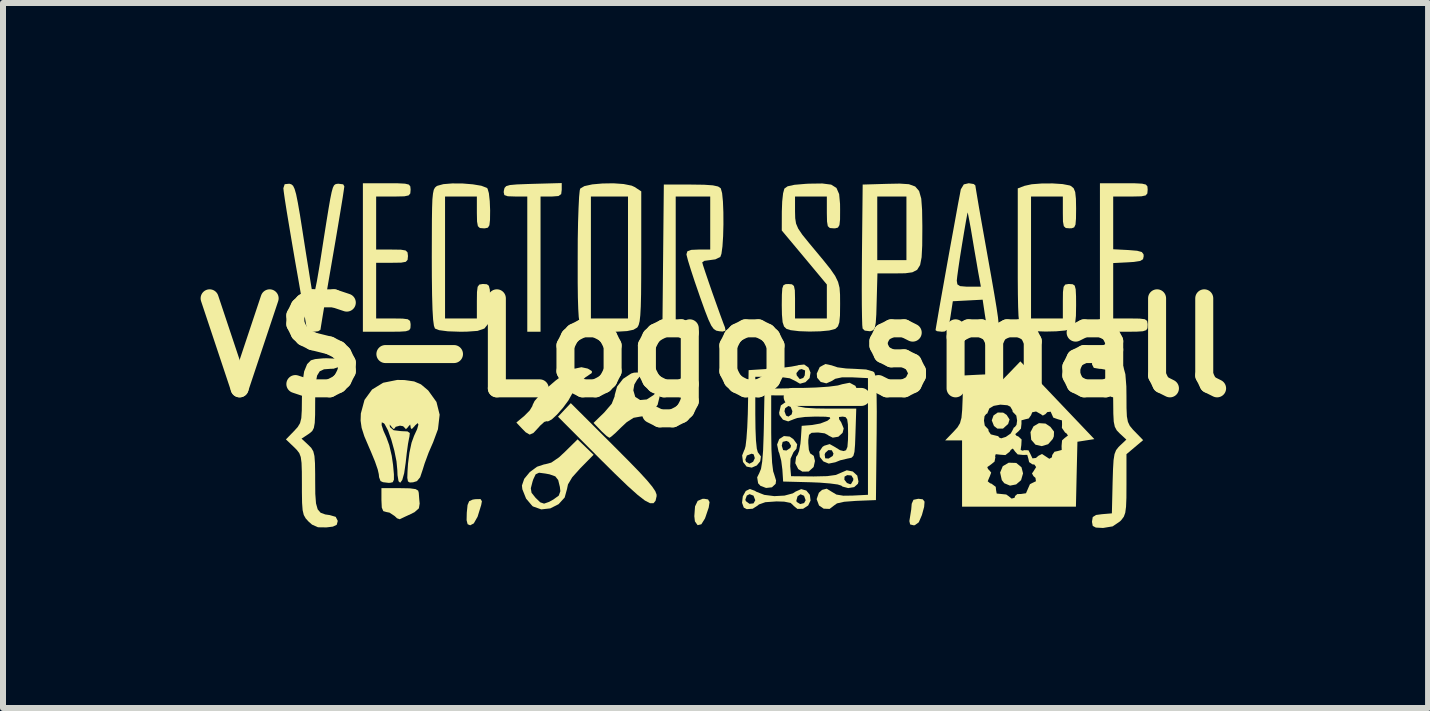
<source format=kicad_pcb>
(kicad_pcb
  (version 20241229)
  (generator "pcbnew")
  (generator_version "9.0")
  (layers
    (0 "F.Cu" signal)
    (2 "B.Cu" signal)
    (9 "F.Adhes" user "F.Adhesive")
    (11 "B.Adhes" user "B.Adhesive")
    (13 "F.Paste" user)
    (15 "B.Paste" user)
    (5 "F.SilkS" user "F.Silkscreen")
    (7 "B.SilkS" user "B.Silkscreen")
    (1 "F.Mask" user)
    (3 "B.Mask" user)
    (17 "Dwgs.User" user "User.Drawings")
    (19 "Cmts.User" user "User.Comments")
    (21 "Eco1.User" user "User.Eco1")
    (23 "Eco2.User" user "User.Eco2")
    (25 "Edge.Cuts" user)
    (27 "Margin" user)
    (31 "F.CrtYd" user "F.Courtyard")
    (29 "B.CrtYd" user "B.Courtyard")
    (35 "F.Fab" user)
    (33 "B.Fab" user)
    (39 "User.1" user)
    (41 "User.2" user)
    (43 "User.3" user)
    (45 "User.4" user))
  (footprint "VS-Logo_small"
    (layer "F.Cu")
    (at 8.871 2.742)
    (property "Reference" "VS-Logo_small" (at 0 0 0) (layer "F.SilkS") (effects (font (size 1.5 1.5) (thickness 0.3))))
    (attr board_only exclude_from_pos_files exclude_from_bom)
    (fp_poly (pts (xy 4.793 1.083) (xy 4.851 1.121) (xy 4.899 1.197) (xy 4.876 1.271) (xy 4.79 1.349) (xy 4.696 1.349) (xy 4.64 1.306) (xy 4.603 1.212) (xy 4.632 1.13) (xy 4.702 1.081)) (stroke (width 0) (type solid)) (fill yes) (layer "F.SilkS"))
    (fp_poly (pts (xy 5.011 1.921) (xy 5.098 1.993) (xy 5.124 2.095) (xy 5.091 2.208) (xy 5.009 2.279) (xy 4.907 2.299) (xy 4.811 2.259) (xy 4.77 2.207) (xy 4.742 2.081) (xy 4.786 1.975) (xy 4.885 1.917)) (stroke (width 0) (type solid)) (fill yes) (layer "F.SilkS"))
    (fp_poly (pts (xy -3.892 2.559) (xy -3.904 2.623) (xy -3.964 2.817) (xy -4.027 2.928) (xy -4.087 2.96) (xy -4.13 2.942) (xy -4.147 2.875) (xy -4.144 2.75) (xy -4.131 2.622) (xy -4.104 2.558) (xy -4.046 2.532) (xy -4.003 2.525) (xy -3.915 2.523)) (stroke (width 0) (type solid)) (fill yes) (layer "F.SilkS"))
    (fp_poly (pts (xy -0.124 2.529) (xy -0.099 2.573) (xy -0.113 2.664) (xy -0.165 2.817) (xy -0.176 2.847) (xy -0.236 2.943) (xy -0.298 2.958) (xy -0.343 2.895) (xy -0.353 2.809) (xy -0.341 2.645) (xy -0.297 2.553) (xy -0.216 2.519) (xy -0.189 2.518)) (stroke (width 0) (type solid)) (fill yes) (layer "F.SilkS"))
    (fp_poly (pts (xy 5.498 1.265) (xy 5.579 1.319) (xy 5.64 1.399) (xy 5.637 1.478) (xy 5.619 1.522) (xy 5.542 1.609) (xy 5.435 1.641) (xy 5.331 1.617) (xy 5.261 1.536) (xy 5.26 1.535) (xy 5.248 1.408) (xy 5.298 1.311) (xy 5.389 1.258)) (stroke (width 0) (type solid)) (fill yes) (layer "F.SilkS"))
    (fp_poly (pts (xy 3.453 2.527) (xy 3.483 2.566) (xy 3.476 2.653) (xy 3.439 2.789) (xy 3.387 2.91) (xy 3.321 2.958) (xy 3.301 2.96) (xy 3.243 2.946) (xy 3.23 2.89) (xy 3.241 2.822) (xy 3.261 2.696) (xy 3.269 2.601) (xy 3.298 2.535) (xy 3.379 2.518)) (stroke (width 0) (type solid)) (fill yes) (layer "F.SilkS"))
    (fp_poly (pts (xy -1.69 1.644) (xy -1.452 1.883) (xy -1.271 2.069) (xy -1.141 2.211) (xy -1.054 2.316) (xy -1.003 2.392) (xy -0.982 2.447) (xy -0.981 2.474) (xy -0.999 2.552) (xy -1.033 2.592) (xy -1.09 2.592) (xy -1.177 2.547) (xy -1.299 2.452) (xy -1.464 2.304) (xy -1.677 2.099) (xy -1.898 1.88) (xy -2.624 1.151) (xy -2.518 1.038) (xy -2.411 0.925)) (stroke (width 0) (type solid)) (fill yes) (layer "F.SilkS"))
    (fp_poly (pts (xy -5.092 2.344) (xy -4.997 2.357) (xy -4.954 2.382) (xy -4.944 2.419) (xy -4.936 2.526) (xy -4.929 2.598) (xy -4.942 2.677) (xy -5.014 2.741) (xy -5.076 2.772) (xy -5.184 2.822) (xy -5.253 2.855) (xy -5.261 2.859) (xy -5.307 2.843) (xy -5.344 2.807) (xy -5.431 2.749) (xy -5.483 2.739) (xy -5.535 2.724) (xy -5.56 2.665) (xy -5.566 2.54) (xy -5.566 2.341) (xy -5.257 2.341)) (stroke (width 0) (type solid)) (fill yes) (layer "F.SilkS"))
    (fp_poly (pts (xy -2.562 -2.63) (xy -2.571 -2.558) (xy -2.616 -2.526) (xy -2.721 -2.518) (xy -2.739 -2.518) (xy -2.915 -2.518) (xy -2.915 -1.391) (xy -2.915 -0.265) (xy -3.026 -0.265) (xy -3.136 -0.265) (xy -3.136 -1.391) (xy -3.136 -2.518) (xy -3.338 -2.518) (xy -3.461 -2.522) (xy -3.518 -2.542) (xy -3.529 -2.59) (xy -3.526 -2.617) (xy -3.515 -2.661) (xy -3.487 -2.691) (xy -3.425 -2.709) (xy -3.313 -2.719) (xy -3.136 -2.726) (xy -3.037 -2.729) (xy -2.562 -2.742)) (stroke (width 0) (type solid)) (fill yes) (layer "F.SilkS"))
    (fp_poly (pts (xy -1.24 0.452) (xy -1.297 0.525) (xy -1.303 0.53) (xy -1.352 0.613) (xy -1.369 0.711) (xy -1.337 0.821) (xy -1.255 0.873) (xy -1.145 0.863) (xy -1.036 0.793) (xy -0.928 0.691) (xy -0.928 0.804) (xy -0.965 0.954) (xy -1.063 1.075) (xy -1.198 1.142) (xy -1.253 1.149) (xy -1.365 1.169) (xy -1.477 1.24) (xy -1.568 1.325) (xy -1.667 1.422) (xy -1.741 1.486) (xy -1.768 1.502) (xy -1.813 1.473) (xy -1.891 1.401) (xy -1.913 1.378) (xy -2.032 1.254) (xy -1.855 1.082) (xy -1.729 0.935) (xy -1.68 0.81) (xy -1.679 0.789) (xy -1.64 0.649) (xy -1.54 0.52) (xy -1.405 0.431) (xy -1.358 0.417) (xy -1.262 0.412)) (stroke (width 0) (type solid)) (fill yes) (layer "F.SilkS"))
    (fp_poly (pts (xy -2.132 0.348) (xy -2.118 0.355) (xy -2.06 0.391) (xy -2.061 0.422) (xy -2.129 0.47) (xy -2.163 0.491) (xy -2.277 0.594) (xy -2.374 0.738) (xy -2.386 0.763) (xy -2.451 0.88) (xy -2.541 1.002) (xy -2.639 1.114) (xy -2.728 1.196) (xy -2.793 1.23) (xy -2.809 1.225) (xy -2.852 1.237) (xy -2.924 1.302) (xy -2.946 1.328) (xy -3.034 1.422) (xy -3.096 1.449) (xy -3.163 1.41) (xy -3.219 1.353) (xy -3.318 1.248) (xy -3.183 1.135) (xy -3.096 1.047) (xy -3.05 0.971) (xy -3.048 0.957) (xy -3.015 0.89) (xy -2.928 0.788) (xy -2.805 0.669) (xy -2.665 0.549) (xy -2.527 0.445) (xy -2.41 0.373) (xy -2.367 0.355) (xy -2.234 0.326)) (stroke (width 0) (type solid)) (fill yes) (layer "F.SilkS"))
    (fp_poly (pts (xy 2.331 0.636) (xy 2.377 0.741) (xy 2.357 0.837) (xy 2.282 0.891) (xy 2.183 0.886) (xy 2.137 0.861) (xy 2.072 0.832) (xy 1.958 0.813) (xy 1.782 0.801) (xy 1.532 0.797) (xy 1.491 0.797) (xy 0.928 0.795) (xy 0.928 1.414) (xy 0.932 1.699) (xy 0.943 1.917) (xy 0.961 2.061) (xy 0.979 2.115) (xy 1.009 2.213) (xy 1.002 2.269) (xy 0.94 2.327) (xy 0.843 2.338) (xy 0.75 2.303) (xy 0.71 2.26) (xy 0.694 2.161) (xy 0.73 2.088) (xy 0.758 2.02) (xy 0.778 1.899) (xy 0.793 1.715) (xy 0.802 1.457) (xy 0.805 1.342) (xy 0.817 0.685) (xy 1.414 0.674) (xy 1.672 0.665) (xy 1.886 0.65) (xy 2.039 0.63) (xy 2.112 0.609) (xy 2.234 0.585)) (stroke (width 0) (type solid)) (fill yes) (layer "F.SilkS"))
    (fp_poly (pts (xy 6.991 -2.738) (xy 7.108 -2.732) (xy 7.17 -2.717) (xy 7.196 -2.687) (xy 7.2 -2.638) (xy 7.2 -2.628) (xy 7.195 -2.569) (xy 7.167 -2.536) (xy 7.095 -2.521) (xy 6.96 -2.518) (xy 6.913 -2.518) (xy 6.626 -2.518) (xy 6.626 -2.078) (xy 6.626 -1.639) (xy 6.88 -1.626) (xy 7.025 -1.614) (xy 7.102 -1.593) (xy 7.131 -1.556) (xy 7.134 -1.524) (xy 7.123 -1.473) (xy 7.075 -1.444) (xy 6.97 -1.428) (xy 6.88 -1.422) (xy 6.626 -1.409) (xy 6.626 -0.948) (xy 6.626 -0.486) (xy 6.913 -0.486) (xy 7.068 -0.484) (xy 7.154 -0.473) (xy 7.191 -0.445) (xy 7.2 -0.394) (xy 7.2 -0.375) (xy 7.197 -0.323) (xy 7.176 -0.291) (xy 7.121 -0.273) (xy 7.014 -0.266) (xy 6.838 -0.265) (xy 6.803 -0.265) (xy 6.405 -0.265) (xy 6.405 -1.502) (xy 6.405 -2.739) (xy 6.803 -2.739)) (stroke (width 0) (type solid)) (fill yes) (layer "F.SilkS"))
    (fp_poly (pts (xy 1.939 0.296) (xy 1.943 0.298) (xy 2.032 0.328) (xy 2.176 0.347) (xy 2.313 0.353) (xy 2.509 0.364) (xy 2.624 0.397) (xy 2.646 0.414) (xy 2.664 0.471) (xy 2.676 0.595) (xy 2.684 0.792) (xy 2.687 1.067) (xy 2.685 1.424) (xy 2.684 1.507) (xy 2.673 2.54) (xy 2.342 2.553) (xy 2.144 2.568) (xy 2.024 2.595) (xy 1.975 2.63) (xy 1.901 2.687) (xy 1.802 2.683) (xy 1.725 2.63) (xy 1.685 2.524) (xy 1.722 2.418) (xy 1.775 2.37) (xy 1.853 2.35) (xy 1.936 2.401) (xy 2.015 2.448) (xy 2.13 2.467) (xy 2.281 2.465) (xy 2.54 2.452) (xy 2.54 1.48) (xy 2.54 0.508) (xy 2.281 0.495) (xy 2.107 0.495) (xy 1.995 0.519) (xy 1.942 0.553) (xy 1.847 0.595) (xy 1.753 0.572) (xy 1.693 0.501) (xy 1.687 0.432) (xy 1.737 0.323) (xy 1.83 0.273)) (stroke (width 0) (type solid)) (fill yes) (layer "F.SilkS"))
    (fp_poly (pts (xy -5.289 -2.738) (xy -5.173 -2.732) (xy -5.11 -2.717) (xy -5.085 -2.687) (xy -5.08 -2.638) (xy -5.08 -2.628) (xy -5.085 -2.569) (xy -5.113 -2.536) (xy -5.185 -2.521) (xy -5.32 -2.518) (xy -5.367 -2.518) (xy -5.654 -2.518) (xy -5.654 -2.076) (xy -5.654 -1.634) (xy -5.389 -1.634) (xy -5.242 -1.632) (xy -5.163 -1.619) (xy -5.131 -1.587) (xy -5.124 -1.528) (xy -5.124 -1.524) (xy -5.13 -1.463) (xy -5.16 -1.43) (xy -5.237 -1.416) (xy -5.38 -1.414) (xy -5.389 -1.414) (xy -5.654 -1.414) (xy -5.654 -0.95) (xy -5.654 -0.486) (xy -5.367 -0.486) (xy -5.213 -0.484) (xy -5.127 -0.473) (xy -5.089 -0.445) (xy -5.08 -0.394) (xy -5.08 -0.375) (xy -5.083 -0.323) (xy -5.104 -0.291) (xy -5.159 -0.273) (xy -5.267 -0.266) (xy -5.442 -0.265) (xy -5.478 -0.265) (xy -5.875 -0.265) (xy -5.875 -1.502) (xy -5.875 -2.739) (xy -5.478 -2.739)) (stroke (width 0) (type solid)) (fill yes) (layer "F.SilkS"))
    (fp_poly (pts (xy 3.222 -2.723) (xy 3.327 -2.685) (xy 3.392 -2.61) (xy 3.428 -2.483) (xy 3.442 -2.295) (xy 3.446 -2.032) (xy 3.446 -1.969) (xy 3.444 -1.699) (xy 3.434 -1.506) (xy 3.409 -1.376) (xy 3.359 -1.296) (xy 3.279 -1.255) (xy 3.161 -1.239) (xy 3.002 -1.237) (xy 2.698 -1.237) (xy 2.685 -0.762) (xy 2.679 -0.552) (xy 2.67 -0.415) (xy 2.655 -0.334) (xy 2.631 -0.293) (xy 2.594 -0.277) (xy 2.573 -0.273) (xy 2.486 -0.284) (xy 2.451 -0.318) (xy 2.445 -0.376) (xy 2.441 -0.511) (xy 2.438 -0.709) (xy 2.437 -0.959) (xy 2.438 -1.248) (xy 2.44 -1.547) (xy 2.45 -2.518) (xy 2.695 -2.518) (xy 2.695 -1.988) (xy 2.695 -1.458) (xy 2.938 -1.458) (xy 3.181 -1.458) (xy 3.181 -1.988) (xy 3.181 -2.518) (xy 2.938 -2.518) (xy 2.695 -2.518) (xy 2.45 -2.518) (xy 2.452 -2.717) (xy 2.859 -2.729) (xy 3.069 -2.733)) (stroke (width 0) (type solid)) (fill yes) (layer "F.SilkS"))
    (fp_poly (pts (xy -2.164 1.657) (xy -2.031 1.785) (xy -2.252 2.009) (xy -2.388 2.161) (xy -2.458 2.279) (xy -2.474 2.356) (xy -2.513 2.497) (xy -2.614 2.608) (xy -2.752 2.678) (xy -2.903 2.695) (xy -3.041 2.646) (xy -3.052 2.638) (xy -3.156 2.515) (xy -3.218 2.36) (xy -3.22 2.343) (xy -3.077 2.343) (xy -3.065 2.418) (xy -3.002 2.497) (xy -3.001 2.499) (xy -2.92 2.577) (xy -2.856 2.599) (xy -2.773 2.57) (xy -2.701 2.53) (xy -2.611 2.465) (xy -2.585 2.392) (xy -2.593 2.32) (xy -2.621 2.206) (xy -2.669 2.145) (xy -2.764 2.111) (xy -2.833 2.098) (xy -2.94 2.084) (xy -2.996 2.11) (xy -3.036 2.194) (xy -3.048 2.23) (xy -3.077 2.343) (xy -3.22 2.343) (xy -3.225 2.297) (xy -3.187 2.186) (xy -3.094 2.073) (xy -2.973 1.984) (xy -2.852 1.944) (xy -2.843 1.944) (xy -2.737 1.916) (xy -2.608 1.828) (xy -2.509 1.736) (xy -2.298 1.528)) (stroke (width 0) (type solid)) (fill yes) (layer "F.SilkS"))
    (fp_poly (pts (xy -1.531 -2.726) (xy -1.397 -2.699) (xy -1.347 -2.676) (xy -1.237 -2.604) (xy -1.237 -1.504) (xy -1.238 -1.157) (xy -1.24 -0.887) (xy -1.245 -0.685) (xy -1.253 -0.54) (xy -1.264 -0.441) (xy -1.28 -0.378) (xy -1.3 -0.341) (xy -1.306 -0.334) (xy -1.367 -0.298) (xy -1.473 -0.276) (xy -1.641 -0.266) (xy -1.767 -0.265) (xy -1.976 -0.269) (xy -2.114 -0.284) (xy -2.198 -0.312) (xy -2.228 -0.334) (xy -2.25 -0.367) (xy -2.266 -0.423) (xy -2.279 -0.512) (xy -2.287 -0.645) (xy -2.293 -0.833) (xy -2.296 -1.086) (xy -2.296 -1.415) (xy -2.296 -1.494) (xy -2.295 -1.805) (xy -2.29 -2.086) (xy -2.282 -2.323) (xy -2.273 -2.505) (xy -2.272 -2.518) (xy -2.076 -2.518) (xy -2.076 -1.502) (xy -2.076 -0.486) (xy -1.767 -0.486) (xy -1.458 -0.486) (xy -1.458 -1.502) (xy -1.458 -2.518) (xy -1.767 -2.518) (xy -2.076 -2.518) (xy -2.272 -2.518) (xy -2.262 -2.618) (xy -2.254 -2.65) (xy -2.185 -2.691) (xy -2.053 -2.72) (xy -1.884 -2.735) (xy -1.701 -2.738)) (stroke (width 0) (type solid)) (fill yes) (layer "F.SilkS"))
    (fp_poly (pts (xy 0.653 2.384) (xy 0.683 2.402) (xy 0.813 2.453) (xy 0.98 2.474) (xy 1.15 2.465) (xy 1.288 2.428) (xy 1.335 2.398) (xy 1.428 2.357) (xy 1.513 2.381) (xy 1.572 2.452) (xy 1.584 2.547) (xy 1.544 2.63) (xy 1.459 2.685) (xy 1.365 2.687) (xy 1.3 2.635) (xy 1.297 2.628) (xy 1.251 2.587) (xy 1.145 2.566) (xy 1.017 2.562) (xy 0.83 2.575) (xy 0.723 2.613) (xy 0.707 2.628) (xy 0.62 2.684) (xy 0.521 2.691) (xy 0.471 2.665) (xy 0.442 2.584) (xy 0.448 2.534) (xy 0.497 2.534) (xy 0.506 2.558) (xy 0.566 2.602) (xy 0.633 2.595) (xy 0.659 2.549) (xy 1.347 2.549) (xy 1.353 2.571) (xy 1.411 2.606) (xy 1.476 2.59) (xy 1.502 2.543) (xy 1.475 2.468) (xy 1.417 2.443) (xy 1.367 2.477) (xy 1.347 2.549) (xy 0.659 2.549) (xy 0.663 2.543) (xy 0.633 2.466) (xy 0.568 2.441) (xy 0.521 2.465) (xy 0.497 2.534) (xy 0.448 2.534) (xy 0.455 2.477) (xy 0.503 2.39) (xy 0.508 2.386) (xy 0.573 2.355)) (stroke (width 0) (type solid)) (fill yes) (layer "F.SilkS"))
    (fp_poly (pts (xy -0.189 -2.714) (xy -0.044 -2.704) (xy 0.043 -2.685) (xy 0.087 -2.655) (xy 0.089 -2.65) (xy 0.11 -2.574) (xy 0.124 -2.434) (xy 0.131 -2.254) (xy 0.132 -2.055) (xy 0.127 -1.858) (xy 0.116 -1.687) (xy 0.099 -1.563) (xy 0.08 -1.511) (xy -0.002 -1.471) (xy -0.097 -1.458) (xy -0.186 -1.446) (xy -0.221 -1.421) (xy -0.207 -1.37) (xy -0.169 -1.255) (xy -0.115 -1.096) (xy -0.051 -0.911) (xy 0.017 -0.72) (xy 0.081 -0.541) (xy 0.135 -0.395) (xy 0.157 -0.339) (xy 0.167 -0.283) (xy 0.119 -0.268) (xy 0.064 -0.273) (xy 0.013 -0.283) (xy -0.029 -0.31) (xy -0.07 -0.366) (xy -0.117 -0.465) (xy -0.177 -0.619) (xy -0.257 -0.842) (xy -0.271 -0.883) (xy -0.347 -1.103) (xy -0.411 -1.298) (xy -0.458 -1.45) (xy -0.482 -1.543) (xy -0.484 -1.557) (xy -0.468 -1.606) (xy -0.404 -1.629) (xy -0.287 -1.634) (xy -0.088 -1.634) (xy -0.088 -2.076) (xy -0.088 -2.518) (xy -0.375 -2.518) (xy -0.663 -2.518) (xy -0.663 -1.391) (xy -0.663 -0.265) (xy -0.774 -0.265) (xy -0.885 -0.265) (xy -0.873 -1.491) (xy -0.861 -2.717) (xy -0.407 -2.717)) (stroke (width 0) (type solid)) (fill yes) (layer "F.SilkS"))
    (fp_poly (pts (xy 1.237 1.482) (xy 1.298 1.525) (xy 1.361 1.611) (xy 1.348 1.686) (xy 1.3 1.741) (xy 1.25 1.851) (xy 1.245 1.976) (xy 1.259 2.142) (xy 1.634 2.146) (xy 1.859 2.141) (xy 2.006 2.121) (xy 2.084 2.087) (xy 2.187 2.043) (xy 2.288 2.064) (xy 2.362 2.132) (xy 2.382 2.231) (xy 2.372 2.269) (xy 2.31 2.324) (xy 2.211 2.34) (xy 2.116 2.315) (xy 2.096 2.299) (xy 2.036 2.28) (xy 1.909 2.263) (xy 1.734 2.249) (xy 1.59 2.243) (xy 1.126 2.231) (xy 1.125 2.2) (xy 2.147 2.2) (xy 2.19 2.255) (xy 2.245 2.276) (xy 2.258 2.272) (xy 2.294 2.211) (xy 2.297 2.184) (xy 2.264 2.13) (xy 2.194 2.124) (xy 2.15 2.149) (xy 2.147 2.2) (xy 1.125 2.2) (xy 1.114 2.032) (xy 1.095 1.884) (xy 1.062 1.758) (xy 1.05 1.731) (xy 1.03 1.634) (xy 1.104 1.634) (xy 1.127 1.707) (xy 1.182 1.714) (xy 1.247 1.671) (xy 1.259 1.634) (xy 1.222 1.572) (xy 1.182 1.554) (xy 1.119 1.57) (xy 1.104 1.634) (xy 1.03 1.634) (xy 1.026 1.615) (xy 1.062 1.523) (xy 1.14 1.473)) (stroke (width 0) (type solid)) (fill yes) (layer "F.SilkS"))
    (fp_poly (pts (xy 1.549 0.331) (xy 1.583 0.415) (xy 1.568 0.507) (xy 1.498 0.576) (xy 1.408 0.601) (xy 1.329 0.556) (xy 1.238 0.511) (xy 1.082 0.489) (xy 0.957 0.486) (xy 0.663 0.486) (xy 0.663 1.102) (xy 0.666 1.347) (xy 0.674 1.545) (xy 0.688 1.681) (xy 0.705 1.743) (xy 0.707 1.745) (xy 0.757 1.813) (xy 0.745 1.893) (xy 0.688 1.963) (xy 0.604 1.999) (xy 0.518 1.982) (xy 0.458 1.905) (xy 0.453 1.866) (xy 0.497 1.866) (xy 0.509 1.902) (xy 0.566 1.934) (xy 0.627 1.901) (xy 0.655 1.841) (xy 0.636 1.778) (xy 0.602 1.767) (xy 0.522 1.797) (xy 0.497 1.866) (xy 0.453 1.866) (xy 0.444 1.796) (xy 0.481 1.702) (xy 0.485 1.698) (xy 0.501 1.64) (xy 0.516 1.511) (xy 0.529 1.328) (xy 0.538 1.107) (xy 0.54 1.015) (xy 0.551 0.424) (xy 1.348 0.424) (xy 1.353 0.462) (xy 1.404 0.525) (xy 1.462 0.505) (xy 1.487 0.462) (xy 1.493 0.38) (xy 1.435 0.357) (xy 1.394 0.368) (xy 1.348 0.424) (xy 0.551 0.424) (xy 0.552 0.375) (xy 0.928 0.351) (xy 1.11 0.336) (xy 1.264 0.316) (xy 1.365 0.297) (xy 1.381 0.291) (xy 1.478 0.281)) (stroke (width 0) (type solid)) (fill yes) (layer "F.SilkS"))
    (fp_poly (pts (xy 5.783 -2.725) (xy 5.902 -2.702) (xy 5.922 -2.693) (xy 5.967 -2.656) (xy 5.993 -2.592) (xy 6.005 -2.48) (xy 6.008 -2.318) (xy 6.006 -2.15) (xy 5.998 -2.051) (xy 5.976 -2.004) (xy 5.935 -1.989) (xy 5.897 -1.988) (xy 5.836 -1.993) (xy 5.803 -2.024) (xy 5.789 -2.101) (xy 5.787 -2.244) (xy 5.787 -2.253) (xy 5.787 -2.518) (xy 5.522 -2.518) (xy 5.257 -2.518) (xy 5.257 -1.502) (xy 5.257 -0.486) (xy 5.522 -0.486) (xy 5.787 -0.486) (xy 5.787 -0.773) (xy 5.789 -0.927) (xy 5.8 -1.013) (xy 5.827 -1.051) (xy 5.879 -1.06) (xy 5.897 -1.06) (xy 5.952 -1.056) (xy 5.985 -1.033) (xy 6.001 -0.972) (xy 6.007 -0.855) (xy 6.008 -0.708) (xy 6.005 -0.528) (xy 5.993 -0.415) (xy 5.969 -0.35) (xy 5.927 -0.314) (xy 5.922 -0.311) (xy 5.828 -0.286) (xy 5.677 -0.272) (xy 5.499 -0.268) (xy 5.325 -0.274) (xy 5.184 -0.291) (xy 5.113 -0.313) (xy 5.09 -0.333) (xy 5.071 -0.369) (xy 5.058 -0.432) (xy 5.048 -0.532) (xy 5.042 -0.68) (xy 5.038 -0.884) (xy 5.036 -1.157) (xy 5.036 -1.505) (xy 5.036 -2.653) (xy 5.149 -2.696) (xy 5.268 -2.722) (xy 5.435 -2.735) (xy 5.616 -2.736)) (stroke (width 0) (type solid)) (fill yes) (layer "F.SilkS"))
    (fp_poly (pts (xy -6.203 -2.721) (xy -6.184 -2.687) (xy -6.192 -2.629) (xy -6.212 -2.496) (xy -6.244 -2.301) (xy -6.285 -2.055) (xy -6.333 -1.77) (xy -6.383 -1.48) (xy -6.436 -1.172) (xy -6.484 -0.892) (xy -6.524 -0.654) (xy -6.555 -0.467) (xy -6.575 -0.344) (xy -6.582 -0.298) (xy -6.62 -0.273) (xy -6.692 -0.265) (xy -6.775 -0.269) (xy -6.803 -0.277) (xy -6.81 -0.321) (xy -6.831 -0.442) (xy -6.862 -0.626) (xy -6.903 -0.863) (xy -6.951 -1.14) (xy -7.002 -1.428) (xy -7.055 -1.739) (xy -7.103 -2.024) (xy -7.144 -2.271) (xy -7.175 -2.468) (xy -7.194 -2.601) (xy -7.2 -2.657) (xy -7.178 -2.723) (xy -7.101 -2.731) (xy -7.067 -2.721) (xy -7.038 -2.697) (xy -7.013 -2.645) (xy -6.987 -2.555) (xy -6.959 -2.416) (xy -6.924 -2.216) (xy -6.881 -1.943) (xy -6.864 -1.833) (xy -6.821 -1.559) (xy -6.781 -1.311) (xy -6.748 -1.103) (xy -6.723 -0.95) (xy -6.709 -0.867) (xy -6.707 -0.861) (xy -6.695 -0.871) (xy -6.672 -0.956) (xy -6.642 -1.103) (xy -6.608 -1.301) (xy -6.586 -1.436) (xy -6.529 -1.804) (xy -6.483 -2.094) (xy -6.447 -2.315) (xy -6.419 -2.477) (xy -6.396 -2.59) (xy -6.376 -2.662) (xy -6.357 -2.702) (xy -6.336 -2.721) (xy -6.312 -2.728) (xy -6.284 -2.731)) (stroke (width 0) (type solid)) (fill yes) (layer "F.SilkS"))
    (fp_poly (pts (xy 6.621 0.187) (xy 6.725 0.226) (xy 6.792 0.307) (xy 6.829 0.443) (xy 6.845 0.646) (xy 6.847 0.804) (xy 6.848 1.008) (xy 6.854 1.145) (xy 6.871 1.236) (xy 6.902 1.302) (xy 6.954 1.365) (xy 6.986 1.398) (xy 7.125 1.541) (xy 6.986 1.658) (xy 6.847 1.775) (xy 6.847 2.281) (xy 6.846 2.501) (xy 6.84 2.651) (xy 6.827 2.75) (xy 6.803 2.817) (xy 6.764 2.869) (xy 6.739 2.895) (xy 6.617 2.978) (xy 6.459 3.004) (xy 6.451 3.004) (xy 6.337 2.998) (xy 6.285 2.97) (xy 6.273 2.905) (xy 6.273 2.896) (xy 6.285 2.823) (xy 6.34 2.788) (xy 6.438 2.775) (xy 6.604 2.761) (xy 6.616 2.248) (xy 6.623 2.026) (xy 6.632 1.874) (xy 6.648 1.774) (xy 6.674 1.708) (xy 6.714 1.657) (xy 6.737 1.634) (xy 6.845 1.532) (xy 6.736 1.431) (xy 6.685 1.378) (xy 6.653 1.319) (xy 6.635 1.233) (xy 6.628 1.1) (xy 6.626 0.899) (xy 6.626 0.894) (xy 6.622 0.666) (xy 6.606 0.512) (xy 6.572 0.418) (xy 6.514 0.37) (xy 6.426 0.354) (xy 6.396 0.353) (xy 6.303 0.337) (xy 6.273 0.279) (xy 6.273 0.265) (xy 6.286 0.21) (xy 6.34 0.184) (xy 6.457 0.177) (xy 6.471 0.177)) (stroke (width 0) (type solid)) (fill yes) (layer "F.SilkS"))
    (fp_poly (pts (xy -4.214 -2.735) (xy -4.044 -2.721) (xy -3.901 -2.697) (xy -3.812 -2.663) (xy -3.798 -2.65) (xy -3.776 -2.574) (xy -3.761 -2.44) (xy -3.755 -2.286) (xy -3.757 -2.128) (xy -3.767 -2.039) (xy -3.792 -1.999) (xy -3.841 -1.988) (xy -3.865 -1.988) (xy -3.926 -1.993) (xy -3.959 -2.024) (xy -3.973 -2.101) (xy -3.976 -2.244) (xy -3.976 -2.253) (xy -3.976 -2.518) (xy -4.241 -2.518) (xy -4.506 -2.518) (xy -4.506 -1.502) (xy -4.506 -0.486) (xy -4.241 -0.486) (xy -3.976 -0.486) (xy -3.976 -0.773) (xy -3.974 -0.927) (xy -3.963 -1.013) (xy -3.935 -1.051) (xy -3.883 -1.06) (xy -3.865 -1.06) (xy -3.809 -1.056) (xy -3.776 -1.031) (xy -3.76 -0.966) (xy -3.755 -0.844) (xy -3.755 -0.732) (xy -3.76 -0.531) (xy -3.787 -0.397) (xy -3.851 -0.318) (xy -3.965 -0.279) (xy -4.146 -0.266) (xy -4.257 -0.265) (xy -4.46 -0.272) (xy -4.605 -0.291) (xy -4.674 -0.318) (xy -4.691 -0.364) (xy -4.705 -0.468) (xy -4.715 -0.635) (xy -4.722 -0.873) (xy -4.726 -1.187) (xy -4.727 -1.509) (xy -4.726 -1.855) (xy -4.725 -2.124) (xy -4.722 -2.325) (xy -4.717 -2.469) (xy -4.707 -2.567) (xy -4.694 -2.629) (xy -4.675 -2.665) (xy -4.651 -2.687) (xy -4.633 -2.697) (xy -4.534 -2.724) (xy -4.386 -2.736)) (stroke (width 0) (type solid)) (fill yes) (layer "F.SilkS"))
    (fp_poly (pts (xy -6.354 0.182) (xy -6.292 0.203) (xy -6.273 0.251) (xy -6.273 0.265) (xy -6.291 0.327) (xy -6.362 0.351) (xy -6.418 0.353) (xy -6.523 0.361) (xy -6.594 0.394) (xy -6.638 0.466) (xy -6.661 0.59) (xy -6.669 0.782) (xy -6.67 0.913) (xy -6.671 1.118) (xy -6.677 1.254) (xy -6.692 1.338) (xy -6.719 1.39) (xy -6.764 1.428) (xy -6.784 1.442) (xy -6.897 1.516) (xy -6.784 1.621) (xy -6.734 1.672) (xy -6.701 1.728) (xy -6.682 1.806) (xy -6.673 1.926) (xy -6.67 2.108) (xy -6.67 2.205) (xy -6.668 2.436) (xy -6.656 2.595) (xy -6.628 2.694) (xy -6.579 2.751) (xy -6.502 2.779) (xy -6.427 2.79) (xy -6.328 2.819) (xy -6.295 2.883) (xy -6.295 2.893) (xy -6.311 2.952) (xy -6.375 2.982) (xy -6.482 2.995) (xy -6.622 2.993) (xy -6.722 2.949) (xy -6.78 2.898) (xy -6.828 2.845) (xy -6.86 2.788) (xy -6.879 2.708) (xy -6.888 2.587) (xy -6.891 2.406) (xy -6.891 2.285) (xy -6.892 2.068) (xy -6.897 1.921) (xy -6.91 1.823) (xy -6.935 1.757) (xy -6.976 1.704) (xy -7.024 1.656) (xy -7.157 1.529) (xy -7.024 1.392) (xy -6.961 1.323) (xy -6.922 1.258) (xy -6.901 1.174) (xy -6.893 1.048) (xy -6.891 0.858) (xy -6.891 0.845) (xy -6.882 0.585) (xy -6.854 0.398) (xy -6.804 0.275) (xy -6.741 0.211) (xy -6.67 0.191) (xy -6.548 0.179) (xy -6.483 0.177)) (stroke (width 0) (type solid)) (fill yes) (layer "F.SilkS"))
    (fp_poly (pts (xy 4.302 -2.726) (xy 4.329 -2.703) (xy 4.337 -2.651) (xy 4.358 -2.525) (xy 4.39 -2.335) (xy 4.432 -2.095) (xy 4.482 -1.815) (xy 4.528 -1.556) (xy 4.594 -1.186) (xy 4.645 -0.893) (xy 4.682 -0.67) (xy 4.706 -0.507) (xy 4.717 -0.394) (xy 4.716 -0.323) (xy 4.703 -0.285) (xy 4.68 -0.27) (xy 4.647 -0.27) (xy 4.627 -0.273) (xy 4.568 -0.294) (xy 4.53 -0.35) (xy 4.502 -0.463) (xy 4.489 -0.543) (xy 4.451 -0.799) (xy 4.202 -0.786) (xy 3.954 -0.773) (xy 3.915 -0.519) (xy 3.89 -0.375) (xy 3.861 -0.299) (xy 3.818 -0.269) (xy 3.772 -0.265) (xy 3.691 -0.274) (xy 3.666 -0.291) (xy 3.674 -0.34) (xy 3.695 -0.462) (xy 3.726 -0.643) (xy 3.766 -0.87) (xy 3.81 -1.115) (xy 4.02 -1.115) (xy 4.03 -1.054) (xy 4.075 -1.025) (xy 4.18 -1.016) (xy 4.221 -1.016) (xy 4.421 -1.016) (xy 4.395 -1.16) (xy 4.376 -1.262) (xy 4.348 -1.427) (xy 4.313 -1.628) (xy 4.286 -1.789) (xy 4.254 -1.98) (xy 4.226 -2.132) (xy 4.207 -2.228) (xy 4.2 -2.253) (xy 4.173 -2.108) (xy 4.141 -1.922) (xy 4.107 -1.716) (xy 4.074 -1.511) (xy 4.047 -1.329) (xy 4.028 -1.19) (xy 4.02 -1.116) (xy 4.02 -1.115) (xy 3.81 -1.115) (xy 3.812 -1.127) (xy 3.861 -1.402) (xy 3.911 -1.68) (xy 3.96 -1.947) (xy 4.004 -2.19) (xy 4.041 -2.394) (xy 4.07 -2.546) (xy 4.086 -2.632) (xy 4.088 -2.639) (xy 4.137 -2.72) (xy 4.219 -2.739)) (stroke (width 0) (type solid)) (fill yes) (layer "F.SilkS"))
    (fp_poly (pts (xy 1.927 -2.716) (xy 2.015 -2.661) (xy 2.06 -2.558) (xy 2.075 -2.395) (xy 2.076 -2.294) (xy 2.075 -2.133) (xy 2.065 -2.042) (xy 2.04 -2) (xy 1.994 -1.988) (xy 1.966 -1.988) (xy 1.905 -1.993) (xy 1.871 -2.024) (xy 1.858 -2.101) (xy 1.855 -2.244) (xy 1.855 -2.253) (xy 1.855 -2.518) (xy 1.59 -2.518) (xy 1.325 -2.518) (xy 1.325 -2.269) (xy 1.328 -2.156) (xy 1.342 -2.067) (xy 1.378 -1.983) (xy 1.446 -1.882) (xy 1.557 -1.745) (xy 1.626 -1.662) (xy 1.794 -1.46) (xy 1.914 -1.31) (xy 1.994 -1.194) (xy 2.042 -1.095) (xy 2.067 -0.997) (xy 2.075 -0.882) (xy 2.076 -0.734) (xy 2.076 -0.721) (xy 2.074 -0.536) (xy 2.063 -0.421) (xy 2.04 -0.354) (xy 2.001 -0.316) (xy 1.991 -0.311) (xy 1.896 -0.286) (xy 1.745 -0.272) (xy 1.568 -0.268) (xy 1.393 -0.274) (xy 1.252 -0.291) (xy 1.182 -0.313) (xy 1.142 -0.352) (xy 1.118 -0.424) (xy 1.107 -0.549) (xy 1.104 -0.709) (xy 1.106 -0.884) (xy 1.113 -0.988) (xy 1.132 -1.04) (xy 1.169 -1.058) (xy 1.215 -1.06) (xy 1.274 -1.055) (xy 1.307 -1.027) (xy 1.322 -0.955) (xy 1.325 -0.82) (xy 1.325 -0.773) (xy 1.325 -0.486) (xy 1.59 -0.486) (xy 1.855 -0.486) (xy 1.855 -0.769) (xy 1.855 -1.052) (xy 1.48 -1.502) (xy 1.104 -1.952) (xy 1.105 -2.268) (xy 1.111 -2.434) (xy 1.126 -2.571) (xy 1.147 -2.649) (xy 1.148 -2.65) (xy 1.201 -2.688) (xy 1.315 -2.713) (xy 1.501 -2.729) (xy 1.559 -2.732) (xy 1.779 -2.735)) (stroke (width 0) (type solid)) (fill yes) (layer "F.SilkS"))
    (fp_poly (pts (xy -5.18 0.54) (xy -5.021 0.563) (xy -4.907 0.612) (xy -4.794 0.707) (xy -4.784 0.717) (xy -4.649 0.905) (xy -4.596 1.117) (xy -4.624 1.359) (xy -4.704 1.575) (xy -4.78 1.75) (xy -4.846 1.929) (xy -4.878 2.032) (xy -4.921 2.16) (xy -4.974 2.224) (xy -5.039 2.244) (xy -5.094 2.247) (xy -5.124 2.229) (xy -5.135 2.17) (xy -5.131 2.054) (xy -5.123 1.934) (xy -5.1 1.752) (xy -5.064 1.584) (xy -5.023 1.471) (xy -4.971 1.358) (xy -4.95 1.282) (xy -4.961 1.257) (xy -5.006 1.297) (xy -5.012 1.306) (xy -5.061 1.358) (xy -5.079 1.336) (xy -5.079 1.325) (xy -5.087 1.281) (xy -5.117 1.314) (xy -5.124 1.325) (xy -5.159 1.36) (xy -5.168 1.346) (xy -5.205 1.309) (xy -5.257 1.3) (xy -5.329 1.319) (xy -5.346 1.346) (xy -5.366 1.355) (xy -5.393 1.325) (xy -5.428 1.281) (xy -5.426 1.311) (xy -5.422 1.325) (xy -5.363 1.376) (xy -5.239 1.391) (xy -5.132 1.396) (xy -5.093 1.423) (xy -5.1 1.488) (xy -5.104 1.502) (xy -5.123 1.602) (xy -5.144 1.756) (xy -5.162 1.918) (xy -5.187 2.092) (xy -5.219 2.205) (xy -5.253 2.251) (xy -5.281 2.226) (xy -5.298 2.124) (xy -5.301 2.043) (xy -5.315 1.895) (xy -5.351 1.716) (xy -5.401 1.534) (xy -5.457 1.378) (xy -5.512 1.275) (xy -5.523 1.262) (xy -5.56 1.244) (xy -5.563 1.29) (xy -5.532 1.386) (xy -5.484 1.493) (xy -5.436 1.625) (xy -5.394 1.803) (xy -5.372 1.955) (xy -5.358 2.112) (xy -5.358 2.201) (xy -5.377 2.242) (xy -5.42 2.252) (xy -5.447 2.253) (xy -5.54 2.242) (xy -5.581 2.223) (xy -5.605 2.159) (xy -5.61 2.108) (xy -5.628 2.029) (xy -5.674 1.896) (xy -5.742 1.731) (xy -5.77 1.667) (xy -5.851 1.477) (xy -5.896 1.336) (xy -5.913 1.217) (xy -5.909 1.097) (xy -5.848 0.871) (xy -5.722 0.698) (xy -5.537 0.585) (xy -5.303 0.538)) (stroke (width 0) (type solid)) (fill yes) (layer "F.SilkS"))
    (fp_poly (pts (xy 1.276 0.93) (xy 1.301 0.945) (xy 1.38 0.98) (xy 1.497 1.002) (xy 1.67 1.013) (xy 1.877 1.016) (xy 2.345 1.016) (xy 2.332 1.425) (xy 2.325 1.616) (xy 2.315 1.737) (xy 2.297 1.803) (xy 2.266 1.834) (xy 2.217 1.845) (xy 2.209 1.846) (xy 2.078 1.877) (xy 1.996 1.91) (xy 1.886 1.932) (xy 1.796 1.895) (xy 1.738 1.822) (xy 1.734 1.782) (xy 1.819 1.782) (xy 1.828 1.844) (xy 1.884 1.848) (xy 1.952 1.805) (xy 1.966 1.766) (xy 1.938 1.71) (xy 1.88 1.707) (xy 1.829 1.753) (xy 1.819 1.782) (xy 1.734 1.782) (xy 1.729 1.734) (xy 1.782 1.654) (xy 1.812 1.634) (xy 1.902 1.607) (xy 1.982 1.651) (xy 1.984 1.653) (xy 2.076 1.709) (xy 2.135 1.723) (xy 2.175 1.709) (xy 2.198 1.654) (xy 2.207 1.54) (xy 2.209 1.436) (xy 2.206 1.28) (xy 2.194 1.194) (xy 2.166 1.157) (xy 2.118 1.149) (xy 2.057 1.156) (xy 2.06 1.193) (xy 2.094 1.244) (xy 2.136 1.347) (xy 2.117 1.42) (xy 2.047 1.484) (xy 1.954 1.5) (xy 1.881 1.464) (xy 1.877 1.458) (xy 1.819 1.428) (xy 1.712 1.414) (xy 1.698 1.414) (xy 1.601 1.419) (xy 1.558 1.453) (xy 1.546 1.54) (xy 1.546 1.59) (xy 1.555 1.701) (xy 1.577 1.762) (xy 1.586 1.767) (xy 1.637 1.803) (xy 1.657 1.888) (xy 1.636 1.984) (xy 1.633 1.991) (xy 1.552 2.064) (xy 1.448 2.066) (xy 1.378 2.023) (xy 1.329 1.925) (xy 1.343 1.82) (xy 1.367 1.787) (xy 1.393 1.721) (xy 1.415 1.6) (xy 1.422 1.524) (xy 1.436 1.303) (xy 1.609 1.289) (xy 1.747 1.264) (xy 1.861 1.22) (xy 1.873 1.212) (xy 1.912 1.179) (xy 1.904 1.16) (xy 1.835 1.151) (xy 1.693 1.149) (xy 1.653 1.149) (xy 1.491 1.155) (xy 1.363 1.172) (xy 1.295 1.196) (xy 1.294 1.197) (xy 1.211 1.229) (xy 1.124 1.2) (xy 1.067 1.125) (xy 1.06 1.085) (xy 1.066 1.06) (xy 1.149 1.06) (xy 1.176 1.132) (xy 1.215 1.149) (xy 1.269 1.112) (xy 1.281 1.06) (xy 1.253 0.988) (xy 1.215 0.972) (xy 1.161 1.009) (xy 1.149 1.06) (xy 1.066 1.06) (xy 1.089 0.963) (xy 1.167 0.908)) (stroke (width 0) (type solid)) (fill yes) (layer "F.SilkS"))
    (fp_poly (pts (xy 5.695 0.876) (xy 6.312 1.524) (xy 6.171 1.546) (xy 6.03 1.568) (xy 6.017 2.109) (xy 6.005 2.65) (xy 5.057 2.65) (xy 4.108 2.65) (xy 4.108 2.098) (xy 4.108 1.99) (xy 4.528 1.99) (xy 4.542 2.026) (xy 4.555 2.035) (xy 4.593 2.082) (xy 4.566 2.155) (xy 4.563 2.159) (xy 4.535 2.227) (xy 4.576 2.26) (xy 4.599 2.267) (xy 4.669 2.319) (xy 4.674 2.371) (xy 4.685 2.431) (xy 4.756 2.438) (xy 4.844 2.447) (xy 4.88 2.472) (xy 4.934 2.515) (xy 4.982 2.502) (xy 4.992 2.471) (xy 5.028 2.44) (xy 5.091 2.438) (xy 5.173 2.426) (xy 5.205 2.352) (xy 5.239 2.275) (xy 5.282 2.253) (xy 5.339 2.226) (xy 5.331 2.17) (xy 5.297 2.14) (xy 5.273 2.096) (xy 5.297 2.062) (xy 5.342 1.99) (xy 5.313 1.948) (xy 5.279 1.944) (xy 5.225 1.907) (xy 5.213 1.852) (xy 5.194 1.786) (xy 5.127 1.788) (xy 5.035 1.779) (xy 4.995 1.736) (xy 4.954 1.681) (xy 4.92 1.703) (xy 4.901 1.734) (xy 4.83 1.79) (xy 4.746 1.784) (xy 4.669 1.775) (xy 4.658 1.809) (xy 4.663 1.825) (xy 4.649 1.899) (xy 4.592 1.945) (xy 4.528 1.99) (xy 4.108 1.99) (xy 4.108 1.546) (xy 3.967 1.546) (xy 3.826 1.546) (xy 3.965 1.402) (xy 4.032 1.328) (xy 4.074 1.258) (xy 4.085 1.215) (xy 4.473 1.215) (xy 4.486 1.298) (xy 4.511 1.325) (xy 4.546 1.361) (xy 4.55 1.391) (xy 4.587 1.445) (xy 4.638 1.458) (xy 4.71 1.475) (xy 4.727 1.498) (xy 4.76 1.511) (xy 4.837 1.487) (xy 4.904 1.441) (xy 4.994 1.441) (xy 5.013 1.467) (xy 5.047 1.481) (xy 5.1 1.53) (xy 5.095 1.624) (xy 5.084 1.703) (xy 5.114 1.717) (xy 5.144 1.708) (xy 5.214 1.71) (xy 5.244 1.767) (xy 5.281 1.845) (xy 5.339 1.838) (xy 5.38 1.802) (xy 5.44 1.772) (xy 5.486 1.802) (xy 5.562 1.852) (xy 5.605 1.827) (xy 5.61 1.789) (xy 5.647 1.735) (xy 5.701 1.723) (xy 5.768 1.705) (xy 5.766 1.638) (xy 5.774 1.545) (xy 5.818 1.505) (xy 5.872 1.464) (xy 5.849 1.43) (xy 5.824 1.414) (xy 5.771 1.337) (xy 5.774 1.281) (xy 5.772 1.212) (xy 5.704 1.193) (xy 5.704 1.193) (xy 5.628 1.166) (xy 5.61 1.126) (xy 5.584 1.067) (xy 5.528 1.074) (xy 5.497 1.108) (xy 5.453 1.132) (xy 5.42 1.108) (xy 5.341 1.064) (xy 5.277 1.077) (xy 5.257 1.126) (xy 5.219 1.18) (xy 5.164 1.193) (xy 5.097 1.211) (xy 5.098 1.265) (xy 5.089 1.349) (xy 5.048 1.394) (xy 4.994 1.441) (xy 4.904 1.441) (xy 4.918 1.431) (xy 4.947 1.38) (xy 4.972 1.329) (xy 4.986 1.325) (xy 5.015 1.287) (xy 5.025 1.215) (xy 5.012 1.132) (xy 4.986 1.104) (xy 4.951 1.069) (xy 4.947 1.043) (xy 4.911 0.983) (xy 4.864 0.96) (xy 4.746 0.95) (xy 4.635 0.97) (xy 4.562 1.013) (xy 4.55 1.043) (xy 4.527 1.099) (xy 4.511 1.104) (xy 4.482 1.142) (xy 4.473 1.215) (xy 4.085 1.215) (xy 4.098 1.169) (xy 4.11 1.036) (xy 4.117 0.861) (xy 4.13 0.464) (xy 4.384 0.451) (xy 4.527 0.445) (xy 4.603 0.454) (xy 4.633 0.486) (xy 4.639 0.551) (xy 4.639 0.561) (xy 4.642 0.622) (xy 4.66 0.642) (xy 4.704 0.613) (xy 4.788 0.53) (xy 4.86 0.457) (xy 5.079 0.229)) (stroke (width 0) (type solid)) (fill yes) (layer "F.SilkS")))
  (gr_rect
    (start -3 -3)
    (end 20.743 8.746)
    (stroke (width 0.1) (type default))
    (fill no)
    (layer "Edge.Cuts")))
</source>
